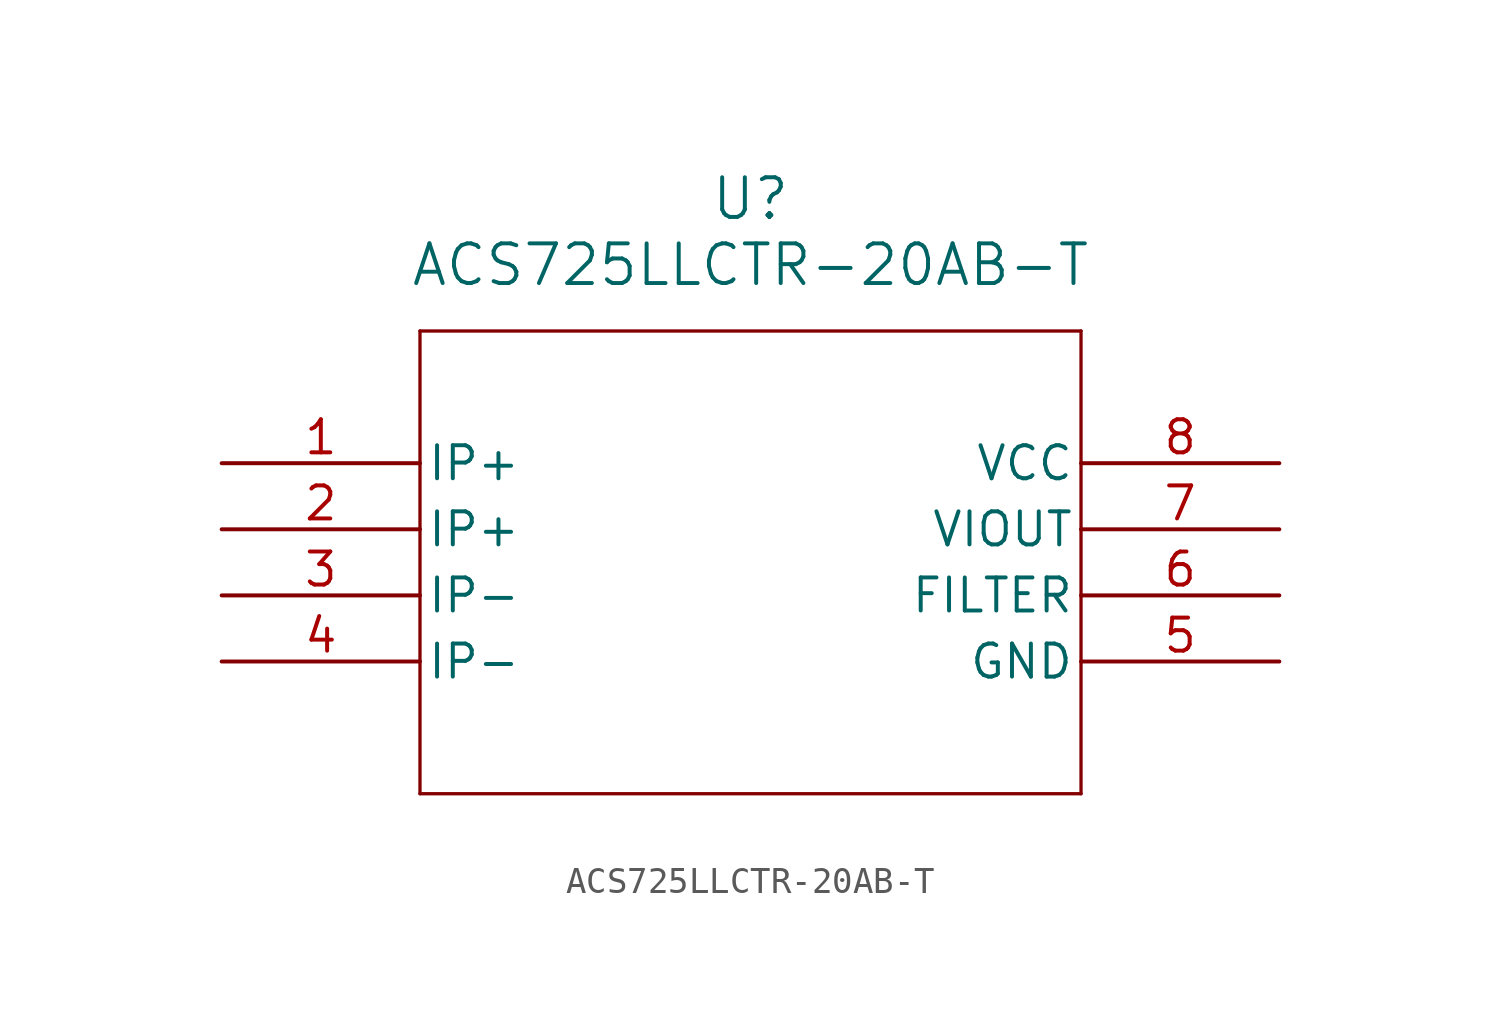
<source format=kicad_sym>
(kicad_symbol_lib
  (version 20211014)
  (generator kicad_symbol_editor)
  (symbol "ACS725LLCTR-20AB-T"
    (pin_names
      (offset 0.254))
    (property "Reference" "U"
      (at 20.32 10.16 0)
      (effects (font (size 1.524 1.524))))
    (property "Value" "ACS725LLCTR-20AB-T"
      (at 20.32 7.62 0)
      (effects (font (size 1.524 1.524))))
    (symbol "ACS725LLCTR-20AB-T_0_1"
      (polyline (pts (xy 7.62 5.08) (xy 7.62 -12.7)) (stroke (width 0.127) (type default) (color 0 0 0 0)) (fill (type none)))
      (polyline (pts (xy 7.62 -12.7) (xy 33.02 -12.7)) (stroke (width 0.127) (type default) (color 0 0 0 0)) (fill (type none)))
      (polyline (pts (xy 33.02 -12.7) (xy 33.02 5.08)) (stroke (width 0.127) (type default) (color 0 0 0 0)) (fill (type none)))
      (polyline (pts (xy 33.02 5.08) (xy 7.62 5.08)) (stroke (width 0.127) (type default) (color 0 0 0 0)) (fill (type none)))
      (pin bidirectional line (at 0 0 0) (length 7.62) (name "IP+" (effects (font (size 1.27 1.27)))) (number "1" (effects (font (size 1.27 1.27)))))
      (pin bidirectional line (at 0 -2.54 0) (length 7.62) (name "IP+" (effects (font (size 1.27 1.27)))) (number "2" (effects (font (size 1.27 1.27)))))
      (pin bidirectional line (at 0 -5.08 0) (length 7.62) (name "IP-" (effects (font (size 1.27 1.27)))) (number "3" (effects (font (size 1.27 1.27)))))
      (pin bidirectional line (at 0 -7.62 0) (length 7.62) (name "IP-" (effects (font (size 1.27 1.27)))) (number "4" (effects (font (size 1.27 1.27)))))
      (pin power_out line (at 40.64 -7.62 180) (length 7.62) (name "GND" (effects (font (size 1.27 1.27)))) (number "5" (effects (font (size 1.27 1.27)))))
      (pin unspecified line (at 40.64 -5.08 180) (length 7.62) (name "FILTER" (effects (font (size 1.27 1.27)))) (number "6" (effects (font (size 1.27 1.27)))))
      (pin output line (at 40.64 -2.54 180) (length 7.62) (name "VIOUT" (effects (font (size 1.27 1.27)))) (number "7" (effects (font (size 1.27 1.27)))))
      (pin power_in line (at 40.64 0 180) (length 7.62) (name "VCC" (effects (font (size 1.27 1.27)))) (number "8" (effects (font (size 1.27 1.27))))))))
</source>
